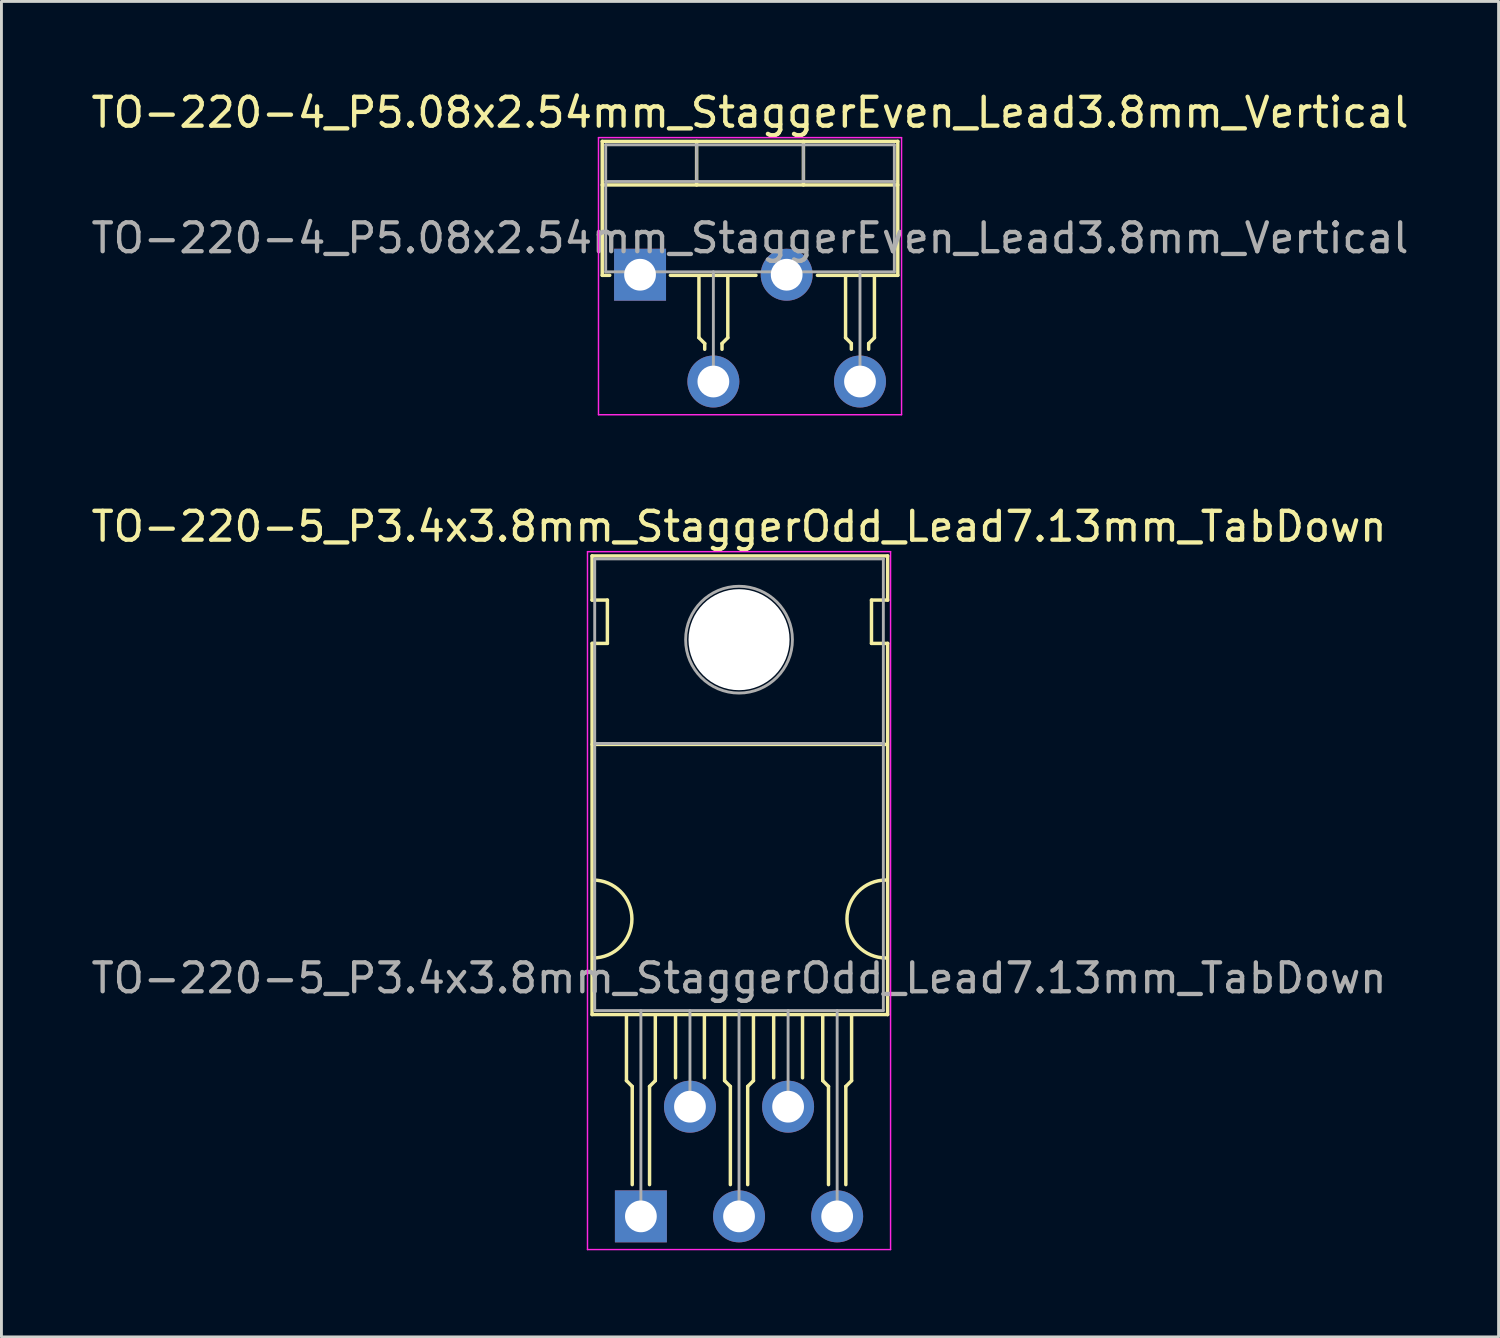
<source format=kicad_pcb>
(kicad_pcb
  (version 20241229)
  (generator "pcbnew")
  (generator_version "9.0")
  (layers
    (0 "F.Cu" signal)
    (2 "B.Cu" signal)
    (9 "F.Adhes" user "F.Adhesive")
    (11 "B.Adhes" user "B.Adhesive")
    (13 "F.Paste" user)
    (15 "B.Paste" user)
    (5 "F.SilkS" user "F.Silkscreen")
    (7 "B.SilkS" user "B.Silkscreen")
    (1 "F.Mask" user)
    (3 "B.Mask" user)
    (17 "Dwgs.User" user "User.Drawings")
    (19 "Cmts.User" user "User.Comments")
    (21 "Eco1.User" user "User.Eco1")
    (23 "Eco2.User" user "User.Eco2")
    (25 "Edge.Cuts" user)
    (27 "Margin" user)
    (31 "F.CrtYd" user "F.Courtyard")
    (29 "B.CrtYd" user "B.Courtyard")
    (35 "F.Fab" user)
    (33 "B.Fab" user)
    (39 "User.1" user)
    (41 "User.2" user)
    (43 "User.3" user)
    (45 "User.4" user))
  (footprint "TO-220-4_P5.08x2.54mm_StaggerEven_Lead3.8mm_Vertical"
    (layer "F.Cu")
    (at 19.125 6.468)
    (property "Reference" "TO-220-4_P5.08x2.54mm_StaggerEven_Lead3.8mm_Vertical" (at 3.81 -5.62 0) (layer "F.SilkS") (effects (font (size 1 1) (thickness 0.15))))
    (attr through_hole)
    (fp_line (start -1.31 -4.62) (end -1.31 0.021) (stroke (width 0.12) (type solid)) (layer "F.SilkS"))
    (fp_line (start -1.31 -4.62) (end 8.93 -4.62) (stroke (width 0.12) (type solid)) (layer "F.SilkS"))
    (fp_line (start -1.31 -3.111) (end 8.93 -3.111) (stroke (width 0.12) (type solid)) (layer "F.SilkS"))
    (fp_line (start -1.31 0.021) (end -1.05 0.021) (stroke (width 0.12) (type solid)) (layer "F.SilkS"))
    (fp_line (start 1.05 0.021) (end 4.016 0.021) (stroke (width 0.12) (type solid)) (layer "F.SilkS"))
    (fp_line (start 1.96 -4.62) (end 1.96 -3.111) (stroke (width 0.12) (type solid)) (layer "F.SilkS"))
    (fp_line (start 2.04 0.083) (end 2.04 2.183) (stroke (width 0.12) (type solid)) (layer "F.SilkS"))
    (fp_line (start 2.04 2.183) (end 2.24 2.383) (stroke (width 0.12) (type solid)) (layer "F.SilkS"))
    (fp_line (start 2.24 2.383) (end 2.24 2.583) (stroke (width 0.12) (type solid)) (layer "F.SilkS"))
    (fp_line (start 2.84 2.383) (end 2.84 2.583) (stroke (width 0.12) (type solid)) (layer "F.SilkS"))
    (fp_line (start 3.04 0.083) (end 3.04 2.183) (stroke (width 0.12) (type solid)) (layer "F.SilkS"))
    (fp_line (start 3.04 2.183) (end 2.84 2.383) (stroke (width 0.12) (type solid)) (layer "F.SilkS"))
    (fp_line (start 5.66 -4.62) (end 5.66 -3.111) (stroke (width 0.12) (type solid)) (layer "F.SilkS"))
    (fp_line (start 6.145 0.021) (end 8.93 0.021) (stroke (width 0.12) (type solid)) (layer "F.SilkS"))
    (fp_line (start 7.12 0.083) (end 7.12 2.183) (stroke (width 0.12) (type solid)) (layer "F.SilkS"))
    (fp_line (start 7.12 2.183) (end 7.32 2.383) (stroke (width 0.12) (type solid)) (layer "F.SilkS"))
    (fp_line (start 7.32 2.383) (end 7.32 2.583) (stroke (width 0.12) (type solid)) (layer "F.SilkS"))
    (fp_line (start 7.92 2.383) (end 7.92 2.583) (stroke (width 0.12) (type solid)) (layer "F.SilkS"))
    (fp_line (start 8.12 0.083) (end 8.12 2.183) (stroke (width 0.12) (type solid)) (layer "F.SilkS"))
    (fp_line (start 8.12 2.183) (end 7.92 2.383) (stroke (width 0.12) (type solid)) (layer "F.SilkS"))
    (fp_line (start 8.93 -4.62) (end 8.93 0.021) (stroke (width 0.12) (type solid)) (layer "F.SilkS"))
    (fp_line (start -1.44 -4.75) (end -1.44 4.85) (stroke (width 0.05) (type solid)) (layer "F.CrtYd"))
    (fp_line (start -1.44 4.85) (end 9.06 4.85) (stroke (width 0.05) (type solid)) (layer "F.CrtYd"))
    (fp_line (start 9.06 -4.75) (end -1.44 -4.75) (stroke (width 0.05) (type solid)) (layer "F.CrtYd"))
    (fp_line (start 9.06 4.85) (end 9.06 -4.75) (stroke (width 0.05) (type solid)) (layer "F.CrtYd"))
    (fp_line (start -1.19 -4.5) (end -1.19 -0.1) (stroke (width 0.1) (type solid)) (layer "F.Fab"))
    (fp_line (start -1.19 -3.23) (end 8.81 -3.23) (stroke (width 0.1) (type solid)) (layer "F.Fab"))
    (fp_line (start -1.19 -0.1) (end 8.81 -0.1) (stroke (width 0.1) (type solid)) (layer "F.Fab"))
    (fp_line (start 0 -0.1) (end 0 0) (stroke (width 0.1) (type solid)) (layer "F.Fab"))
    (fp_line (start 1.96 -4.5) (end 1.96 -3.23) (stroke (width 0.1) (type solid)) (layer "F.Fab"))
    (fp_line (start 2.54 -0.1) (end 2.54 3.7) (stroke (width 0.1) (type solid)) (layer "F.Fab"))
    (fp_line (start 5.08 -0.1) (end 5.08 0) (stroke (width 0.1) (type solid)) (layer "F.Fab"))
    (fp_line (start 5.66 -4.5) (end 5.66 -3.23) (stroke (width 0.1) (type solid)) (layer "F.Fab"))
    (fp_line (start 7.62 -0.1) (end 7.62 3.7) (stroke (width 0.1) (type solid)) (layer "F.Fab"))
    (fp_line (start 8.81 -4.5) (end -1.19 -4.5) (stroke (width 0.1) (type solid)) (layer "F.Fab"))
    (fp_line (start 8.81 -0.1) (end 8.81 -4.5) (stroke (width 0.1) (type solid)) (layer "F.Fab"))
    (fp_text user "${REFERENCE}" (at 3.81 -1.27 0) (layer "F.Fab") (effects (font (size 1 1) (thickness 0.15))))
    (pad "1" thru_hole rect (at 0 0) (size 1.8 1.8) (drill 1.1) (layers "*.Cu" "*.Mask"))
    (pad "2" thru_hole oval (at 2.54 3.7) (size 1.8 1.8) (drill 1.1) (layers "*.Cu" "*.Mask"))
    (pad "3" thru_hole oval (at 5.08 0) (size 1.8 1.8) (drill 1.1) (layers "*.Cu" "*.Mask"))
    (pad "4" thru_hole oval (at 7.62 3.7) (size 1.8 1.8) (drill 1.1) (layers "*.Cu" "*.Mask")))
  (footprint "TO-220-5_P3.4x3.8mm_StaggerOdd_Lead7.13mm_TabDown"
    (layer "F.Cu")
    (at 19.154 39.092)
    (property "Reference" "TO-220-5_P3.4x3.8mm_StaggerOdd_Lead7.13mm_TabDown" (at 3.4 -23.9 0) (layer "F.SilkS") (effects (font (size 1 1) (thickness 0.15))))
    (attr through_hole)
    (fp_line (start -1.691 -22.882) (end -1.691 -21.352) (stroke (width 0.12) (type solid)) (layer "F.SilkS"))
    (fp_line (start -1.691 -22.882) (end 8.549 -22.882) (stroke (width 0.12) (type solid)) (layer "F.SilkS"))
    (fp_line (start -1.691 -21.352) (end -1.161 -21.352) (stroke (width 0.12) (type solid)) (layer "F.SilkS"))
    (fp_line (start -1.691 -19.852) (end -1.691 -6.992) (stroke (width 0.12) (type solid)) (layer "F.SilkS"))
    (fp_line (start -1.691 -6.992) (end 8.549 -6.992) (stroke (width 0.12) (type solid)) (layer "F.SilkS"))
    (fp_line (start -1.686 -16.352) (end 8.539 -16.352) (stroke (width 0.12) (type solid)) (layer "F.SilkS"))
    (fp_line (start -1.161 -21.352) (end -1.161 -19.852) (stroke (width 0.12) (type solid)) (layer "F.SilkS"))
    (fp_line (start -1.161 -19.852) (end -1.686 -19.852) (stroke (width 0.12) (type solid)) (layer "F.SilkS"))
    (fp_line (start -0.5 -6.952) (end -0.5 -4.702) (stroke (width 0.12) (type solid)) (layer "F.SilkS"))
    (fp_line (start -0.5 -4.702) (end -0.3 -4.502) (stroke (width 0.12) (type solid)) (layer "F.SilkS"))
    (fp_line (start -0.3 -1.1) (end -0.3 -4.502) (stroke (width 0.12) (type solid)) (layer "F.SilkS"))
    (fp_line (start 0.3 -4.502) (end 0.3 -1.1) (stroke (width 0.12) (type solid)) (layer "F.SilkS"))
    (fp_line (start 0.5 -6.952) (end 0.5 -4.702) (stroke (width 0.12) (type solid)) (layer "F.SilkS"))
    (fp_line (start 0.5 -4.702) (end 0.3 -4.502) (stroke (width 0.12) (type solid)) (layer "F.SilkS"))
    (fp_line (start 1.2 -6.952) (end 1.2 -4.8) (stroke (width 0.12) (type solid)) (layer "F.SilkS"))
    (fp_line (start 2.2 -6.952) (end 2.2 -4.8) (stroke (width 0.12) (type solid)) (layer "F.SilkS"))
    (fp_line (start 2.9 -6.952) (end 2.9 -4.702) (stroke (width 0.12) (type solid)) (layer "F.SilkS"))
    (fp_line (start 2.9 -4.702) (end 3.1 -4.502) (stroke (width 0.12) (type solid)) (layer "F.SilkS"))
    (fp_line (start 3.1 -1.1) (end 3.1 -4.502) (stroke (width 0.12) (type solid)) (layer "F.SilkS"))
    (fp_line (start 3.7 -4.502) (end 3.7 -1.1) (stroke (width 0.12) (type solid)) (layer "F.SilkS"))
    (fp_line (start 3.9 -6.952) (end 3.9 -4.702) (stroke (width 0.12) (type solid)) (layer "F.SilkS"))
    (fp_line (start 3.9 -4.702) (end 3.7 -4.502) (stroke (width 0.12) (type solid)) (layer "F.SilkS"))
    (fp_line (start 4.6 -6.952) (end 4.6 -4.8) (stroke (width 0.12) (type solid)) (layer "F.SilkS"))
    (fp_line (start 5.6 -6.952) (end 5.6 -4.8) (stroke (width 0.12) (type solid)) (layer "F.SilkS"))
    (fp_line (start 6.3 -6.952) (end 6.3 -4.702) (stroke (width 0.12) (type solid)) (layer "F.SilkS"))
    (fp_line (start 6.3 -4.702) (end 6.5 -4.502) (stroke (width 0.12) (type solid)) (layer "F.SilkS"))
    (fp_line (start 6.5 -1.1) (end 6.5 -4.502) (stroke (width 0.12) (type solid)) (layer "F.SilkS"))
    (fp_line (start 7.1 -4.502) (end 7.1 -1.1) (stroke (width 0.12) (type solid)) (layer "F.SilkS"))
    (fp_line (start 7.3 -6.952) (end 7.3 -4.702) (stroke (width 0.12) (type solid)) (layer "F.SilkS"))
    (fp_line (start 7.3 -4.702) (end 7.1 -4.502) (stroke (width 0.12) (type solid)) (layer "F.SilkS"))
    (fp_line (start 7.989 -21.352) (end 8.549 -21.352) (stroke (width 0.12) (type solid)) (layer "F.SilkS"))
    (fp_line (start 7.989 -19.852) (end 7.989 -21.352) (stroke (width 0.12) (type solid)) (layer "F.SilkS"))
    (fp_line (start 8.549 -22.882) (end 8.549 -21.352) (stroke (width 0.12) (type solid)) (layer "F.SilkS"))
    (fp_line (start 8.549 -19.852) (end 7.989 -19.852) (stroke (width 0.12) (type solid)) (layer "F.SilkS"))
    (fp_line (start 8.549 -19.852) (end 8.549 -6.992) (stroke (width 0.12) (type solid)) (layer "F.SilkS"))
    (fp_arc (start -1.661 -11.652) (mid -0.311 -10.302) (end -1.661 -8.952) (stroke (width 0.12) (type solid)) (layer "F.SilkS"))
    (fp_arc (start 8.489 -8.952) (mid 7.139 -10.302) (end 8.489 -11.652) (stroke (width 0.12) (type solid)) (layer "F.SilkS"))
    (fp_line (start -1.85 -23.03) (end -1.85 1.15) (stroke (width 0.05) (type solid)) (layer "F.CrtYd"))
    (fp_line (start -1.85 1.15) (end 8.65 1.15) (stroke (width 0.05) (type solid)) (layer "F.CrtYd"))
    (fp_line (start 8.65 -23.03) (end -1.85 -23.03) (stroke (width 0.05) (type solid)) (layer "F.CrtYd"))
    (fp_line (start 8.65 1.15) (end 8.65 -23.03) (stroke (width 0.05) (type solid)) (layer "F.CrtYd"))
    (fp_line (start -1.6 -22.78) (end 8.4 -22.78) (stroke (width 0.1) (type solid)) (layer "F.Fab"))
    (fp_line (start -1.6 -16.38) (end -1.6 -22.78) (stroke (width 0.1) (type solid)) (layer "F.Fab"))
    (fp_line (start -1.6 -16.38) (end 8.4 -16.38) (stroke (width 0.1) (type solid)) (layer "F.Fab"))
    (fp_line (start -1.6 -7.13) (end -1.6 -16.38) (stroke (width 0.1) (type solid)) (layer "F.Fab"))
    (fp_line (start 0 -7.13) (end 0 0) (stroke (width 0.1) (type solid)) (layer "F.Fab"))
    (fp_line (start 1.7 -7.13) (end 1.7 -3.8) (stroke (width 0.1) (type solid)) (layer "F.Fab"))
    (fp_line (start 3.4 -7.13) (end 3.4 0) (stroke (width 0.1) (type solid)) (layer "F.Fab"))
    (fp_line (start 5.1 -7.13) (end 5.1 -3.8) (stroke (width 0.1) (type solid)) (layer "F.Fab"))
    (fp_line (start 6.8 -7.13) (end 6.8 0) (stroke (width 0.1) (type solid)) (layer "F.Fab"))
    (fp_line (start 8.4 -22.78) (end 8.4 -16.38) (stroke (width 0.1) (type solid)) (layer "F.Fab"))
    (fp_line (start 8.4 -16.38) (end -1.6 -16.38) (stroke (width 0.1) (type solid)) (layer "F.Fab"))
    (fp_line (start 8.4 -16.38) (end 8.4 -7.13) (stroke (width 0.1) (type solid)) (layer "F.Fab"))
    (fp_line (start 8.4 -7.13) (end -1.6 -7.13) (stroke (width 0.1) (type solid)) (layer "F.Fab"))
    (fp_circle (center 3.4 -19.98) (end 5.25 -19.98) (stroke (width 0.1) (type solid)) (fill no) (layer "F.Fab"))
    (fp_text user "${REFERENCE}" (at 3.4 -8.255 0) (layer "F.Fab") (effects (font (size 1 1) (thickness 0.15))))
    (pad "" np_thru_hole oval (at 3.4 -19.98) (size 3.5 3.5) (drill 3.5) (layers "*.Cu" "*.Mask"))
    (pad "1" thru_hole rect (at 0 0) (size 1.8 1.8) (drill 1.1) (layers "*.Cu" "*.Mask"))
    (pad "2" thru_hole oval (at 1.7 -3.8) (size 1.8 1.8) (drill 1.1) (layers "*.Cu" "*.Mask"))
    (pad "3" thru_hole oval (at 3.4 0) (size 1.8 1.8) (drill 1.1) (layers "*.Cu" "*.Mask"))
    (pad "4" thru_hole oval (at 5.1 -3.8) (size 1.8 1.8) (drill 1.1) (layers "*.Cu" "*.Mask"))
    (pad "5" thru_hole oval (at 6.8 0) (size 1.8 1.8) (drill 1.1) (layers "*.Cu" "*.Mask")))
  (gr_rect
    (start -3 -3)
    (end 48.869 43.267)
    (stroke (width 0.1) (type default))
    (fill no)
    (layer "Edge.Cuts")))
</source>
